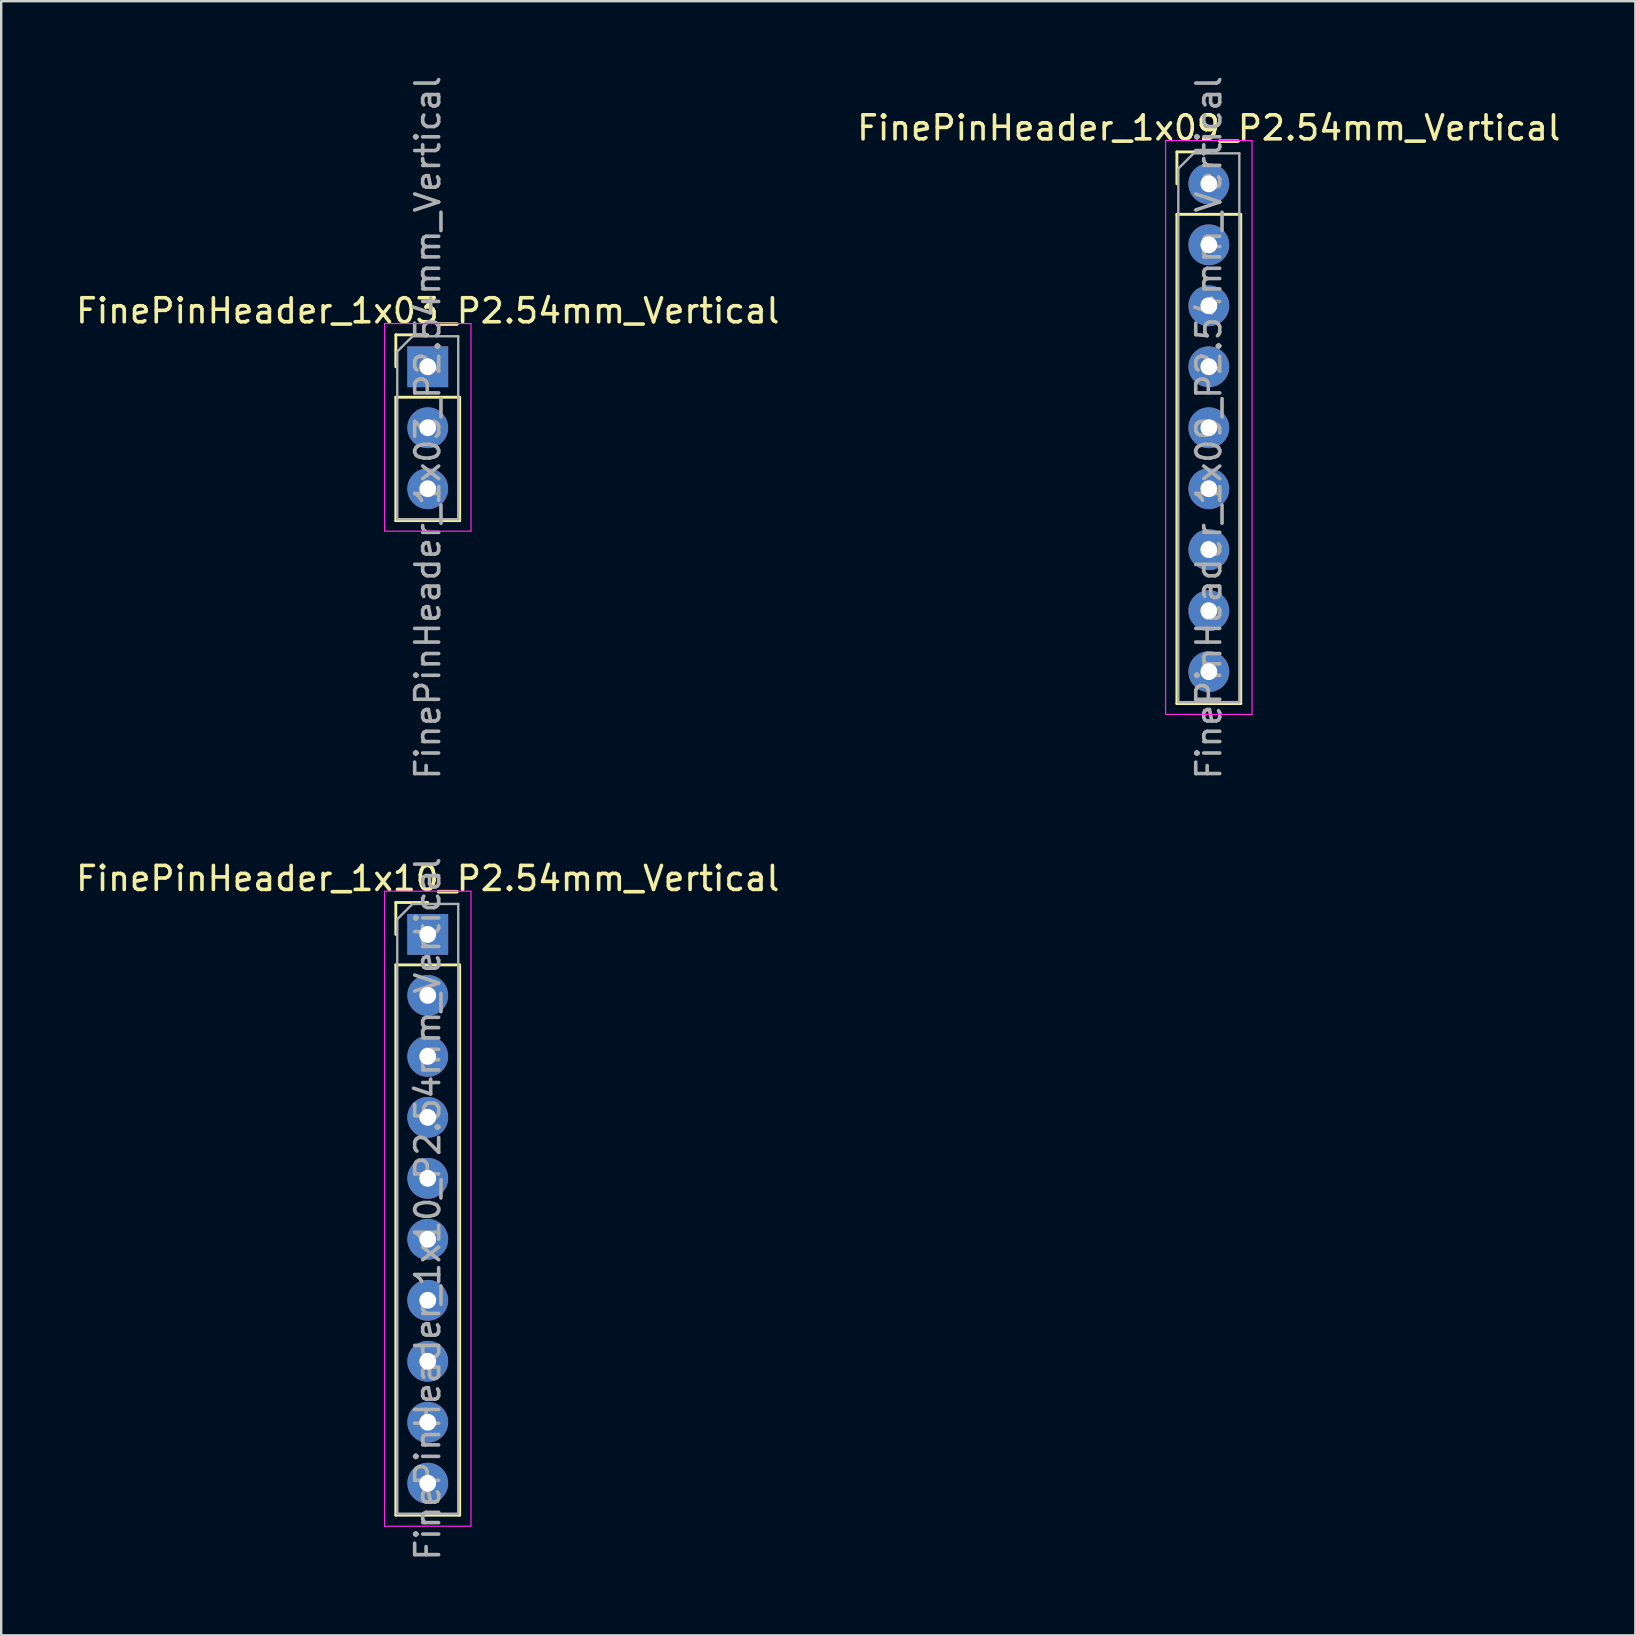
<source format=kicad_pcb>
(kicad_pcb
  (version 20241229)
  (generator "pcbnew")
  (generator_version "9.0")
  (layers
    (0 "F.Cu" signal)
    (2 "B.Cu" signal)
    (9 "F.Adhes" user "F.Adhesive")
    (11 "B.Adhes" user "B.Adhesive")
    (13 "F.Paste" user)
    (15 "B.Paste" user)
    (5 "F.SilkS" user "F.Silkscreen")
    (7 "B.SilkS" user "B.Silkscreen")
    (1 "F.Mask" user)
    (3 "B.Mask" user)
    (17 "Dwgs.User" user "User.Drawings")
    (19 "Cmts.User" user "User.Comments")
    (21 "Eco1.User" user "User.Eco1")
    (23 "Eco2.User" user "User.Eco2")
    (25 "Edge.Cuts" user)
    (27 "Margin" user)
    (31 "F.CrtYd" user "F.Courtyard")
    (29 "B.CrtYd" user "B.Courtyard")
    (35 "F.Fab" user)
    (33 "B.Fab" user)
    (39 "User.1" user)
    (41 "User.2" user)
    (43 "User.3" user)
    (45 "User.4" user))
  (footprint "FinePinHeader_1x03_P2.54mm_Vertical"
    (layer "F.Cu")
    (at 14.768 12.228)
    (property "Reference" "FinePinHeader_1x03_P2.54mm_Vertical" (at 0 -2.33 0) (layer "F.SilkS") (effects (font (size 1 1) (thickness 0.15))))
    (attr through_hole)
    (fp_line (start -1.33 -1.33) (end 0 -1.33) (stroke (width 0.12) (type solid)) (layer "F.SilkS"))
    (fp_line (start -1.33 0) (end -1.33 -1.33) (stroke (width 0.12) (type solid)) (layer "F.SilkS"))
    (fp_line (start -1.33 1.27) (end -1.33 6.41) (stroke (width 0.12) (type solid)) (layer "F.SilkS"))
    (fp_line (start -1.33 1.27) (end 1.33 1.27) (stroke (width 0.12) (type solid)) (layer "F.SilkS"))
    (fp_line (start -1.33 6.41) (end 1.33 6.41) (stroke (width 0.12) (type solid)) (layer "F.SilkS"))
    (fp_line (start 1.33 1.27) (end 1.33 6.41) (stroke (width 0.12) (type solid)) (layer "F.SilkS"))
    (fp_line (start -1.8 -1.8) (end -1.8 6.85) (stroke (width 0.05) (type solid)) (layer "F.CrtYd"))
    (fp_line (start -1.8 6.85) (end 1.8 6.85) (stroke (width 0.05) (type solid)) (layer "F.CrtYd"))
    (fp_line (start 1.8 -1.8) (end -1.8 -1.8) (stroke (width 0.05) (type solid)) (layer "F.CrtYd"))
    (fp_line (start 1.8 6.85) (end 1.8 -1.8) (stroke (width 0.05) (type solid)) (layer "F.CrtYd"))
    (fp_line (start -1.27 -0.635) (end -0.635 -1.27) (stroke (width 0.1) (type solid)) (layer "F.Fab"))
    (fp_line (start -1.27 6.35) (end -1.27 -0.635) (stroke (width 0.1) (type solid)) (layer "F.Fab"))
    (fp_line (start -0.635 -1.27) (end 1.27 -1.27) (stroke (width 0.1) (type solid)) (layer "F.Fab"))
    (fp_line (start 1.27 -1.27) (end 1.27 6.35) (stroke (width 0.1) (type solid)) (layer "F.Fab"))
    (fp_line (start 1.27 6.35) (end -1.27 6.35) (stroke (width 0.1) (type solid)) (layer "F.Fab"))
    (fp_text user "${REFERENCE}" (at 0 2.54 90) (layer "F.Fab") (effects (font (size 1 1) (thickness 0.15))))
    (pad "1" thru_hole rect (at 0 0) (size 1.7 1.7) (drill 0.7) (layers "*.Cu" "*.Mask"))
    (pad "2" thru_hole oval (at 0 2.54) (size 1.7 1.7) (drill 0.7) (layers "*.Cu" "*.Mask"))
    (pad "3" thru_hole oval (at 0 5.08) (size 1.7 1.7) (drill 0.7) (layers "*.Cu" "*.Mask")))
  (footprint "FinePinHeader_1x10_P2.54mm_Vertical"
    (layer "F.Cu")
    (at 14.768 35.874)
    (property "Reference" "FinePinHeader_1x10_P2.54mm_Vertical" (at 0 -2.33 0) (layer "F.SilkS") (effects (font (size 1 1) (thickness 0.15))))
    (attr through_hole)
    (fp_line (start -1.33 -1.33) (end 0 -1.33) (stroke (width 0.12) (type solid)) (layer "F.SilkS"))
    (fp_line (start -1.33 0) (end -1.33 -1.33) (stroke (width 0.12) (type solid)) (layer "F.SilkS"))
    (fp_line (start -1.33 1.27) (end -1.33 24.19) (stroke (width 0.12) (type solid)) (layer "F.SilkS"))
    (fp_line (start -1.33 1.27) (end 1.33 1.27) (stroke (width 0.12) (type solid)) (layer "F.SilkS"))
    (fp_line (start -1.33 24.19) (end 1.33 24.19) (stroke (width 0.12) (type solid)) (layer "F.SilkS"))
    (fp_line (start 1.33 1.27) (end 1.33 24.19) (stroke (width 0.12) (type solid)) (layer "F.SilkS"))
    (fp_line (start -1.8 -1.8) (end -1.8 24.65) (stroke (width 0.05) (type solid)) (layer "F.CrtYd"))
    (fp_line (start -1.8 24.65) (end 1.8 24.65) (stroke (width 0.05) (type solid)) (layer "F.CrtYd"))
    (fp_line (start 1.8 -1.8) (end -1.8 -1.8) (stroke (width 0.05) (type solid)) (layer "F.CrtYd"))
    (fp_line (start 1.8 24.65) (end 1.8 -1.8) (stroke (width 0.05) (type solid)) (layer "F.CrtYd"))
    (fp_line (start -1.27 -0.635) (end -0.635 -1.27) (stroke (width 0.1) (type solid)) (layer "F.Fab"))
    (fp_line (start -1.27 24.13) (end -1.27 -0.635) (stroke (width 0.1) (type solid)) (layer "F.Fab"))
    (fp_line (start -0.635 -1.27) (end 1.27 -1.27) (stroke (width 0.1) (type solid)) (layer "F.Fab"))
    (fp_line (start 1.27 -1.27) (end 1.27 24.13) (stroke (width 0.1) (type solid)) (layer "F.Fab"))
    (fp_line (start 1.27 24.13) (end -1.27 24.13) (stroke (width 0.1) (type solid)) (layer "F.Fab"))
    (fp_text user "${REFERENCE}" (at 0 11.43 90) (layer "F.Fab") (effects (font (size 1 1) (thickness 0.15))))
    (pad "1" thru_hole rect (at 0 0) (size 1.7 1.7) (drill 0.7) (layers "*.Cu" "*.Mask"))
    (pad "2" thru_hole oval (at 0 2.54) (size 1.7 1.7) (drill 0.7) (layers "*.Cu" "*.Mask"))
    (pad "3" thru_hole oval (at 0 5.08) (size 1.7 1.7) (drill 0.7) (layers "*.Cu" "*.Mask"))
    (pad "4" thru_hole oval (at 0 7.62) (size 1.7 1.7) (drill 0.7) (layers "*.Cu" "*.Mask"))
    (pad "5" thru_hole oval (at 0 10.16) (size 1.7 1.7) (drill 0.7) (layers "*.Cu" "*.Mask"))
    (pad "6" thru_hole oval (at 0 12.7) (size 1.7 1.7) (drill 0.7) (layers "*.Cu" "*.Mask"))
    (pad "7" thru_hole oval (at 0 15.24) (size 1.7 1.7) (drill 0.7) (layers "*.Cu" "*.Mask"))
    (pad "8" thru_hole oval (at 0 17.78) (size 1.7 1.7) (drill 0.7) (layers "*.Cu" "*.Mask"))
    (pad "9" thru_hole oval (at 0 20.32) (size 1.7 1.7) (drill 0.7) (layers "*.Cu" "*.Mask"))
    (pad "10" thru_hole oval (at 0 22.86) (size 1.7 1.7) (drill 0.7) (layers "*.Cu" "*.Mask")))
  (footprint "FinePinHeader_1x09_P2.54mm_Vertical"
    (layer "F.Cu")
    (at 47.304 4.608)
    (property "Reference" "FinePinHeader_1x09_P2.54mm_Vertical" (at 0 -2.33 0) (layer "F.SilkS") (effects (font (size 1 1) (thickness 0.15))))
    (attr through_hole)
    (fp_line (start -1.33 -1.33) (end 0 -1.33) (stroke (width 0.12) (type solid)) (layer "F.SilkS"))
    (fp_line (start -1.33 0) (end -1.33 -1.33) (stroke (width 0.12) (type solid)) (layer "F.SilkS"))
    (fp_line (start -1.33 1.27) (end -1.33 21.65) (stroke (width 0.12) (type solid)) (layer "F.SilkS"))
    (fp_line (start -1.33 1.27) (end 1.33 1.27) (stroke (width 0.12) (type solid)) (layer "F.SilkS"))
    (fp_line (start -1.33 21.65) (end 1.33 21.65) (stroke (width 0.12) (type solid)) (layer "F.SilkS"))
    (fp_line (start 1.33 1.27) (end 1.33 21.65) (stroke (width 0.12) (type solid)) (layer "F.SilkS"))
    (fp_line (start -1.8 -1.8) (end -1.8 22.1) (stroke (width 0.05) (type solid)) (layer "F.CrtYd"))
    (fp_line (start -1.8 22.1) (end 1.8 22.1) (stroke (width 0.05) (type solid)) (layer "F.CrtYd"))
    (fp_line (start 1.8 -1.8) (end -1.8 -1.8) (stroke (width 0.05) (type solid)) (layer "F.CrtYd"))
    (fp_line (start 1.8 22.1) (end 1.8 -1.8) (stroke (width 0.05) (type solid)) (layer "F.CrtYd"))
    (fp_line (start -1.27 -0.635) (end -0.635 -1.27) (stroke (width 0.1) (type solid)) (layer "F.Fab"))
    (fp_line (start -1.27 21.59) (end -1.27 -0.635) (stroke (width 0.1) (type solid)) (layer "F.Fab"))
    (fp_line (start -0.635 -1.27) (end 1.27 -1.27) (stroke (width 0.1) (type solid)) (layer "F.Fab"))
    (fp_line (start 1.27 -1.27) (end 1.27 21.59) (stroke (width 0.1) (type solid)) (layer "F.Fab"))
    (fp_line (start 1.27 21.59) (end -1.27 21.59) (stroke (width 0.1) (type solid)) (layer "F.Fab"))
    (fp_text user "${REFERENCE}" (at 0 10.16 90) (layer "F.Fab") (effects (font (size 1 1) (thickness 0.15))))
    (pad "1" thru_hole circle (at 0 0) (size 1.7 1.7) (drill 0.7) (layers "*.Cu" "*.Mask"))
    (pad "2" thru_hole oval (at 0 2.54) (size 1.7 1.7) (drill 0.7) (layers "*.Cu" "*.Mask"))
    (pad "3" thru_hole oval (at 0 5.08) (size 1.7 1.7) (drill 0.7) (layers "*.Cu" "*.Mask"))
    (pad "4" thru_hole oval (at 0 7.62) (size 1.7 1.7) (drill 0.7) (layers "*.Cu" "*.Mask"))
    (pad "5" thru_hole oval (at 0 10.16) (size 1.7 1.7) (drill 0.7) (layers "*.Cu" "*.Mask"))
    (pad "6" thru_hole oval (at 0 12.7) (size 1.7 1.7) (drill 0.7) (layers "*.Cu" "*.Mask"))
    (pad "7" thru_hole oval (at 0 15.24) (size 1.7 1.7) (drill 0.7) (layers "*.Cu" "*.Mask"))
    (pad "8" thru_hole oval (at 0 17.78) (size 1.7 1.7) (drill 0.7) (layers "*.Cu" "*.Mask"))
    (pad "9" thru_hole oval (at 0 20.32) (size 1.7 1.7) (drill 0.7) (layers "*.Cu" "*.Mask")))
  (gr_rect
    (start -3 -3)
    (end 65.071 65.071)
    (stroke (width 0.1) (type default))
    (fill no)
    (layer "Edge.Cuts")))
</source>
